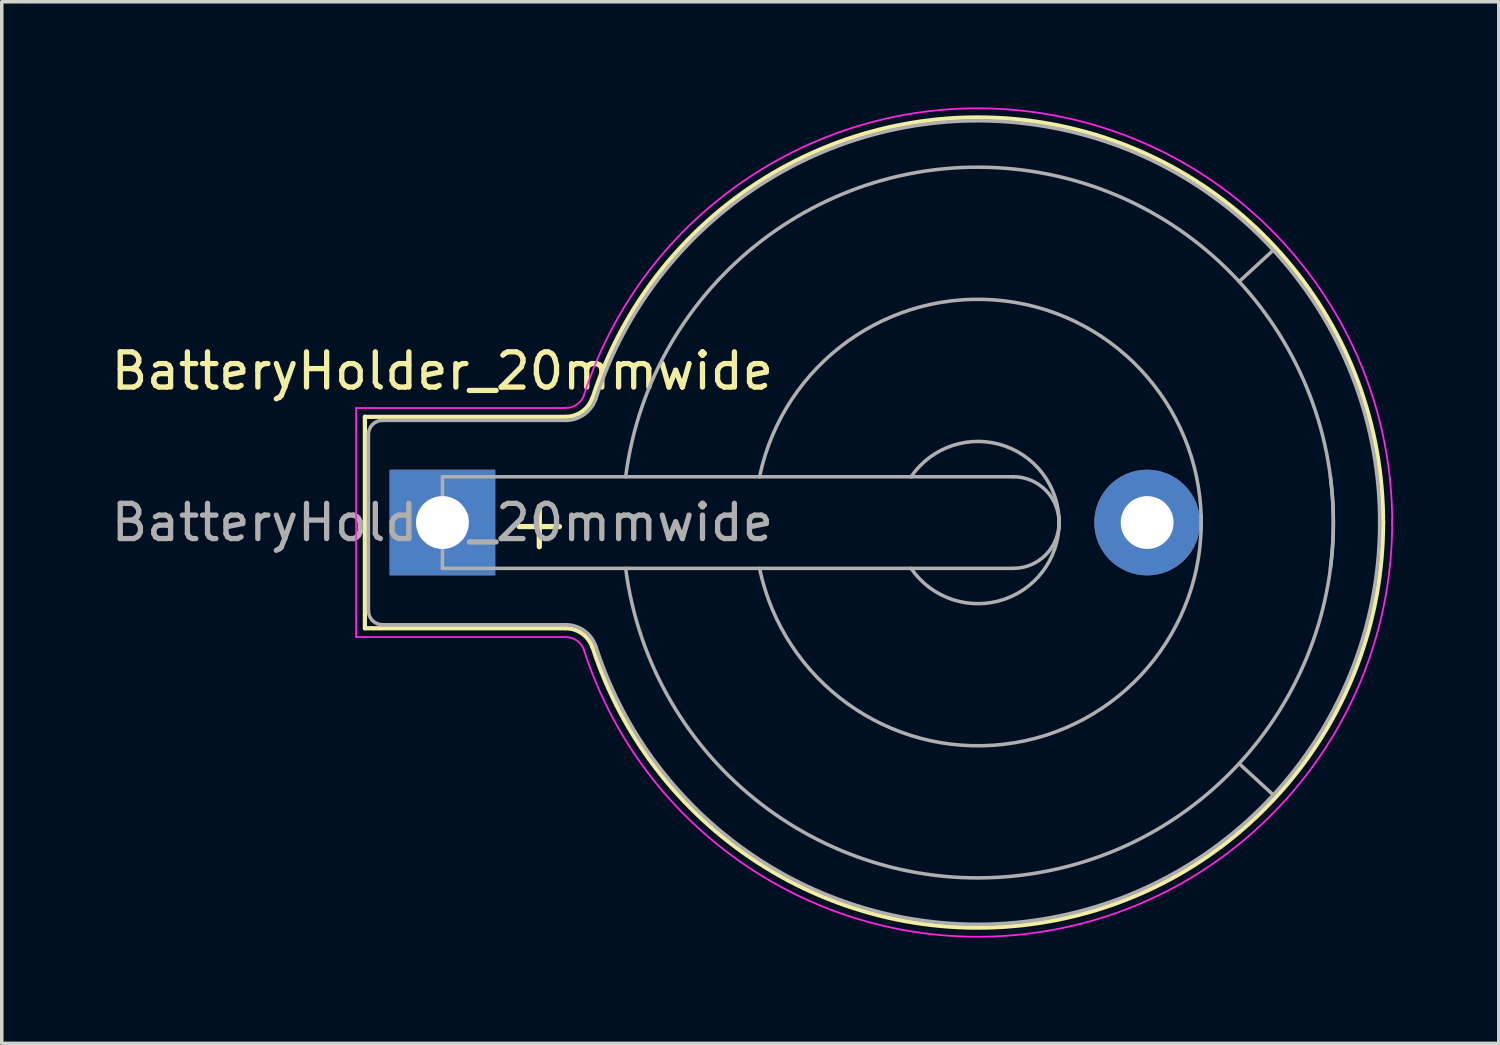
<source format=kicad_pcb>
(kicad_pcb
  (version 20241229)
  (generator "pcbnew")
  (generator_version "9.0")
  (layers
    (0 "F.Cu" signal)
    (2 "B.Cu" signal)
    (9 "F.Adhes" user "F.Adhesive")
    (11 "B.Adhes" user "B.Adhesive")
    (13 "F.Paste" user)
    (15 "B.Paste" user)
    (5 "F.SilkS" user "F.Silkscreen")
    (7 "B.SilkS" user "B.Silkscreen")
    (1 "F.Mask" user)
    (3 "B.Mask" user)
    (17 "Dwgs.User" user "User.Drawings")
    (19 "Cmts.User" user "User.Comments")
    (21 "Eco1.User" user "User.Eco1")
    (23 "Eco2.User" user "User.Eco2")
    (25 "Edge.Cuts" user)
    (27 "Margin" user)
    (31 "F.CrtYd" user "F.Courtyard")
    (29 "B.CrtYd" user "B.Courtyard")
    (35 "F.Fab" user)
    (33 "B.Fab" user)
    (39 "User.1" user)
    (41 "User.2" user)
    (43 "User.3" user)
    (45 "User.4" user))
  (footprint "BatteryHolder_20mmwide"
    (layer "F.Cu")
    (at 9.506 11.78)
    (property "Reference" "BatteryHolder_20mmwide" (at 0 -4.3 0) (layer "F.SilkS") (effects (font (size 1 1) (thickness 0.15))))
    (attr through_hole)
    (fp_line (start -2.2 -3) (end 3.5 -3) (stroke (width 0.12) (type solid)) (layer "F.SilkS"))
    (fp_line (start -2.2 3) (end -2.2 -3) (stroke (width 0.12) (type solid)) (layer "F.SilkS"))
    (fp_line (start -2.2 3) (end 3.5 3) (stroke (width 0.12) (type solid)) (layer "F.SilkS"))
    (fp_arc (start 3.5 3) (mid 3.958861 3.144678) (end 4.251754 3.526384) (stroke (width 0.12) (type solid)) (layer "F.SilkS"))
    (fp_arc (start 4.25 -3.5) (mid 16.993514 -11.35499) (end 26.695671 0.045281) (stroke (width 0.12) (type solid)) (layer "F.SilkS"))
    (fp_arc (start 4.251754 -3.526384) (mid 3.958861 -3.144678) (end 3.5 -3) (stroke (width 0.12) (type solid)) (layer "F.SilkS"))
    (fp_arc (start 26.695671 -0.045281) (mid 16.993514 11.35499) (end 4.25 3.5) (stroke (width 0.12) (type solid)) (layer "F.SilkS"))
    (fp_line (start -2.45 -3.25) (end 3.5 -3.25) (stroke (width 0.05) (type solid)) (layer "F.CrtYd"))
    (fp_line (start -2.45 3.25) (end -2.45 -3.25) (stroke (width 0.05) (type solid)) (layer "F.CrtYd"))
    (fp_line (start -2.45 3.25) (end 3.5 3.25) (stroke (width 0.05) (type solid)) (layer "F.CrtYd"))
    (fp_arc (start 3.5 3.25) (mid 3.815467 3.349466) (end 4.016831 3.611889) (stroke (width 0.05) (type solid)) (layer "F.CrtYd"))
    (fp_arc (start 4.01 -3.6) (mid 17.055841 -11.60741) (end 26.954634 0.068483) (stroke (width 0.05) (type solid)) (layer "F.CrtYd"))
    (fp_arc (start 4.016831 -3.611889) (mid 3.815467 -3.349466) (end 3.5 -3.25) (stroke (width 0.05) (type solid)) (layer "F.CrtYd"))
    (fp_arc (start 26.954634 -0.068483) (mid 17.055841 11.60741) (end 4.01 3.6) (stroke (width 0.05) (type solid)) (layer "F.CrtYd"))
    (fp_line (start -2.1 -2.5) (end -2.1 2.5) (stroke (width 0.1) (type solid)) (layer "F.Fab"))
    (fp_line (start -1.7 2.9) (end 3.531 2.9) (stroke (width 0.1) (type solid)) (layer "F.Fab"))
    (fp_line (start 0 -1.3) (end 0 1.3) (stroke (width 0.1) (type solid)) (layer "F.Fab"))
    (fp_line (start 0 1.3) (end 16.2 1.3) (stroke (width 0.1) (type solid)) (layer "F.Fab"))
    (fp_line (start 3.531 -2.9) (end -1.7 -2.9) (stroke (width 0.1) (type solid)) (layer "F.Fab"))
    (fp_line (start 16.2 -1.3) (end 0 -1.3) (stroke (width 0.1) (type solid)) (layer "F.Fab"))
    (fp_line (start 23.571 -7.722) (end 22.631 -6.858) (stroke (width 0.1) (type solid)) (layer "F.Fab"))
    (fp_line (start 23.571 7.722) (end 22.657 6.883) (stroke (width 0.1) (type solid)) (layer "F.Fab"))
    (fp_arc (start -2.1 -2.5) (mid -1.982843 -2.782843) (end -1.7 -2.9) (stroke (width 0.1) (type solid)) (layer "F.Fab"))
    (fp_arc (start -1.7 2.9) (mid -1.982843 2.782843) (end -2.1 2.5) (stroke (width 0.1) (type solid)) (layer "F.Fab"))
    (fp_arc (start 3.5 2.9) (mid 4.016219 3.062763) (end 4.345723 3.492182) (stroke (width 0.1) (type solid)) (layer "F.Fab"))
    (fp_arc (start 4.345723 -3.492182) (mid 4.016219 -3.062763) (end 3.5 -2.9) (stroke (width 0.1) (type solid)) (layer "F.Fab"))
    (fp_arc (start 4.35 -3.5) (mid 17.008726 -11.256154) (end 26.600299 0.075351) (stroke (width 0.1) (type solid)) (layer "F.Fab"))
    (fp_arc (start 5.2 -1.3) (mid 16.5 -10) (end 25.2 1.3) (stroke (width 0.1) (type solid)) (layer "F.Fab"))
    (fp_arc (start 9 -1.3) (mid 15.954687 -6.28971) (end 21.531551 0.203631) (stroke (width 0.1) (type solid)) (layer "F.Fab"))
    (fp_arc (start 13.3 -1.3) (mid 15.963947 -2.171724) (end 17.495448 0.175833) (stroke (width 0.1) (type solid)) (layer "F.Fab"))
    (fp_arc (start 16.2 -1.3) (mid 17.5 0) (end 16.2 1.3) (stroke (width 0.1) (type solid)) (layer "F.Fab"))
    (fp_arc (start 17.495448 -0.175833) (mid 15.963947 2.171724) (end 13.3 1.3) (stroke (width 0.1) (type solid)) (layer "F.Fab"))
    (fp_arc (start 21.531551 -0.203631) (mid 15.954687 6.28971) (end 9 1.3) (stroke (width 0.1) (type solid)) (layer "F.Fab"))
    (fp_arc (start 25.2 -1.3) (mid 16.5 10) (end 5.2 1.3) (stroke (width 0.1) (type solid)) (layer "F.Fab"))
    (fp_arc (start 26.600299 -0.075351) (mid 17.008726 11.256154) (end 4.35 3.5) (stroke (width 0.1) (type solid)) (layer "F.Fab"))
    (fp_text user "+" (at 2.75 0 0) (layer "F.SilkS") (effects (font (size 1.5 1.5) (thickness 0.15))))
    (fp_text user "${REFERENCE}" (at 0 0 0) (layer "F.Fab") (effects (font (size 1 1) (thickness 0.15))))
    (pad "1" thru_hole rect (at 0 0) (size 3 3) (drill 1.5) (layers "*.Cu" "*.Mask"))
    (pad "2" thru_hole circle (at 20 0) (size 3 3) (drill 1.5) (layers "*.Cu" "*.Mask")))
  (gr_rect
    (start -3 -3)
    (end 39.486 26.56)
    (stroke (width 0.1) (type default))
    (fill no)
    (layer "Edge.Cuts")))
</source>
